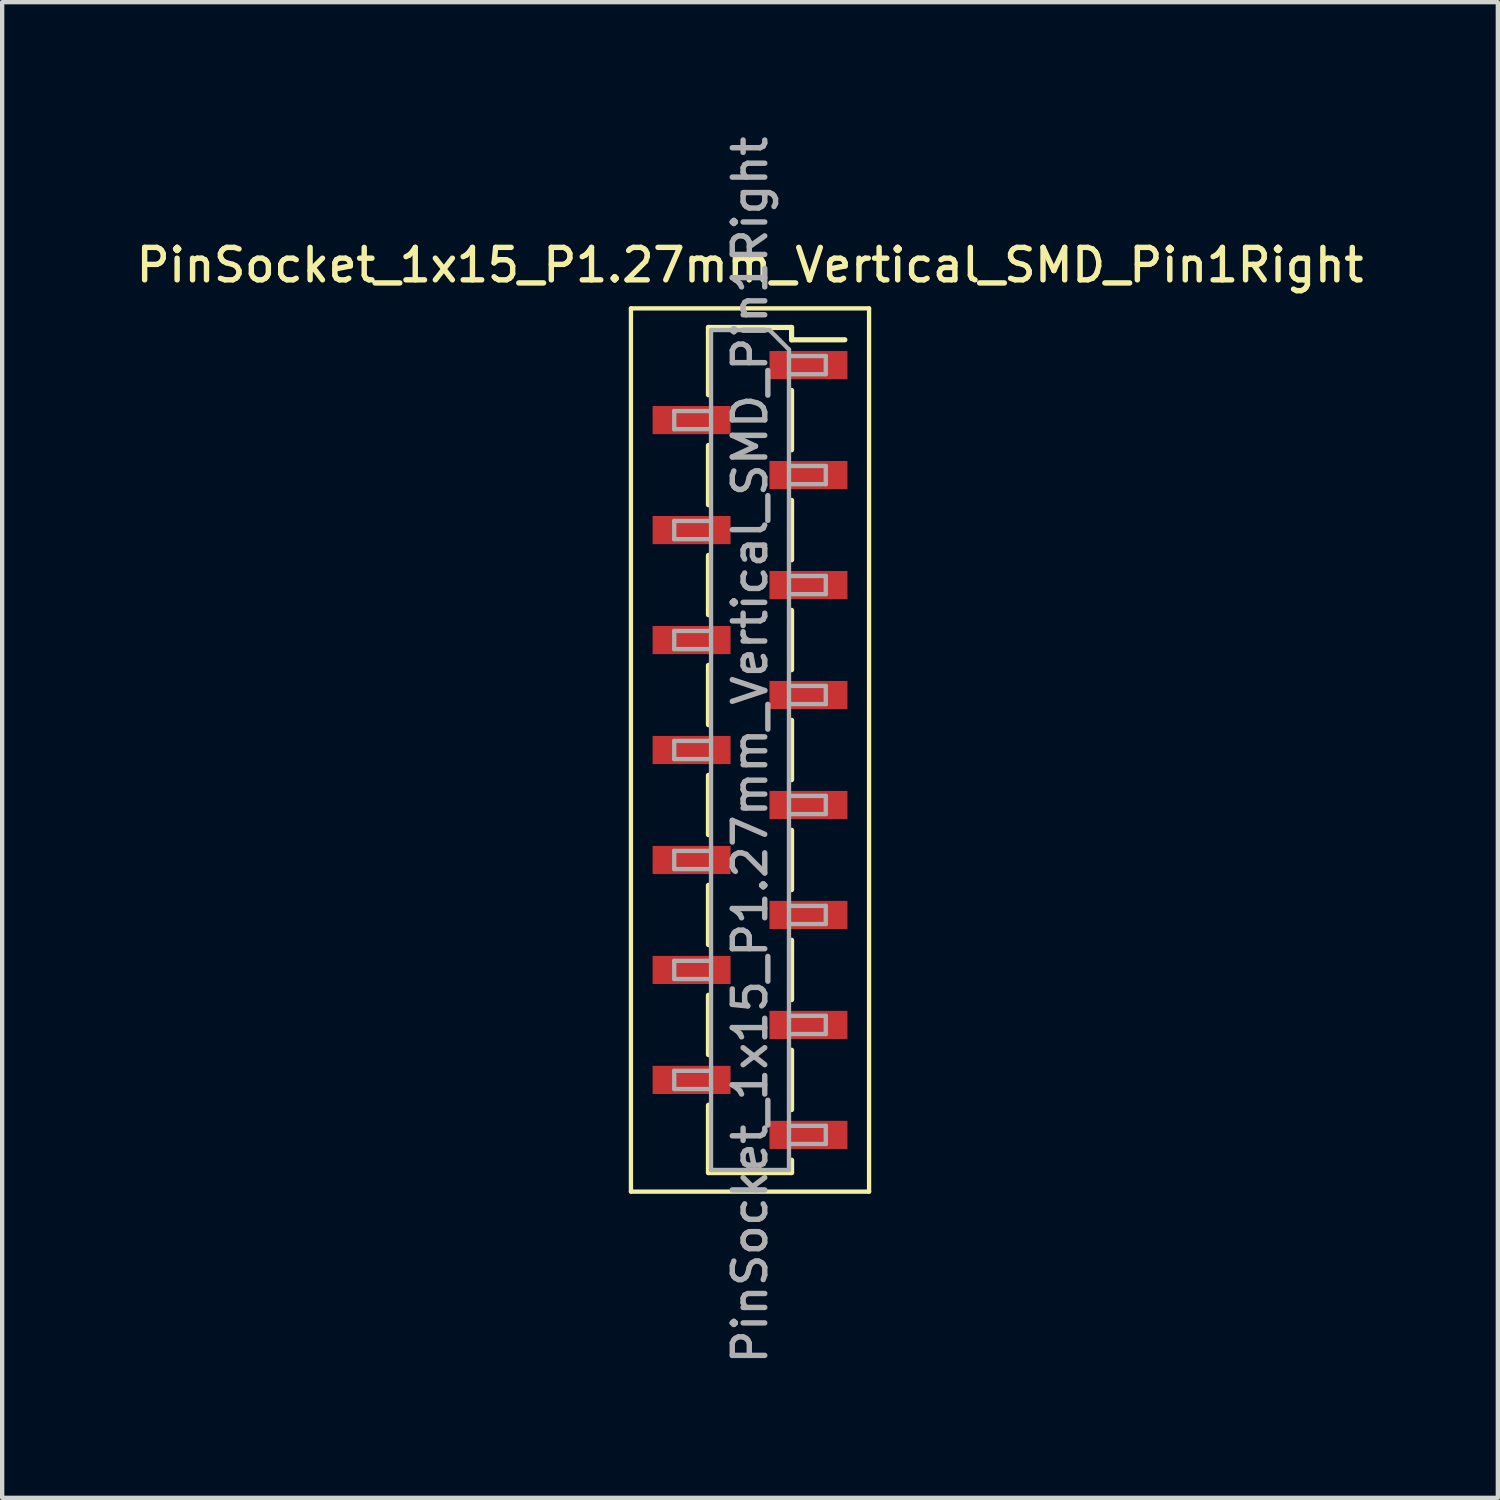
<source format=kicad_pcb>
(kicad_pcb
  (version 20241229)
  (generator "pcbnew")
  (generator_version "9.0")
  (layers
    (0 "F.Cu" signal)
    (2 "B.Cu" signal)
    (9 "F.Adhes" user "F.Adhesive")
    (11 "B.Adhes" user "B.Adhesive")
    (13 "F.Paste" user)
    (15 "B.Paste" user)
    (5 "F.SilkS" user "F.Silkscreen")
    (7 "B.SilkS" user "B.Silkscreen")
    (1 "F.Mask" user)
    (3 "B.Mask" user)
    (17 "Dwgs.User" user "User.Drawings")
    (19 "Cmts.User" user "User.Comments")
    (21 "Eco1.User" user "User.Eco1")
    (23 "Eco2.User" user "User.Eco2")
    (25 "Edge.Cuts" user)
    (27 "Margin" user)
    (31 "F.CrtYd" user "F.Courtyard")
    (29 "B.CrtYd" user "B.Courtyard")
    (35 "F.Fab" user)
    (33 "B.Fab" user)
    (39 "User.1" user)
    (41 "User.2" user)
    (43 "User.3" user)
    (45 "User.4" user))
  (footprint "PinSocket_1x15_P1.27mm_Vertical_SMD_Pin1Right"
    (layer "F.Cu")
    (at 14.273 14.273)
    (property "Reference" "PinSocket_1x15_P1.27mm_Vertical_SMD_Pin1Right" (at 0 -11.2 0) (layer "F.SilkS") (effects (font (size 0.75 0.75) (thickness 0.125))))
    (attr smd)
    (fp_line (start -2.75 -10.2) (end 2.75 -10.2) (stroke (width 0.1) (type solid)) (layer "F.SilkS"))
    (fp_line (start -2.75 10.2) (end -2.75 -10.2) (stroke (width 0.1) (type solid)) (layer "F.SilkS"))
    (fp_line (start -0.96 -9.76) (end -0.96 -8.205) (stroke (width 0.12) (type solid)) (layer "F.SilkS"))
    (fp_line (start -0.96 -9.76) (end 0.96 -9.76) (stroke (width 0.12) (type solid)) (layer "F.SilkS"))
    (fp_line (start -0.96 -7.035) (end -0.96 -5.665) (stroke (width 0.12) (type solid)) (layer "F.SilkS"))
    (fp_line (start -0.96 -4.495) (end -0.96 -3.125) (stroke (width 0.12) (type solid)) (layer "F.SilkS"))
    (fp_line (start -0.96 -1.955) (end -0.96 -0.585) (stroke (width 0.12) (type solid)) (layer "F.SilkS"))
    (fp_line (start -0.96 0.585) (end -0.96 1.955) (stroke (width 0.12) (type solid)) (layer "F.SilkS"))
    (fp_line (start -0.96 3.125) (end -0.96 4.495) (stroke (width 0.12) (type solid)) (layer "F.SilkS"))
    (fp_line (start -0.96 5.665) (end -0.96 7.035) (stroke (width 0.12) (type solid)) (layer "F.SilkS"))
    (fp_line (start -0.96 8.205) (end -0.96 9.76) (stroke (width 0.12) (type solid)) (layer "F.SilkS"))
    (fp_line (start -0.96 9.76) (end 0.96 9.76) (stroke (width 0.12) (type solid)) (layer "F.SilkS"))
    (fp_line (start 0.96 -9.76) (end 0.96 -9.475) (stroke (width 0.12) (type solid)) (layer "F.SilkS"))
    (fp_line (start 0.96 -9.475) (end 2.19 -9.475) (stroke (width 0.12) (type solid)) (layer "F.SilkS"))
    (fp_line (start 0.96 -8.305) (end 0.96 -6.935) (stroke (width 0.12) (type solid)) (layer "F.SilkS"))
    (fp_line (start 0.96 -5.765) (end 0.96 -4.395) (stroke (width 0.12) (type solid)) (layer "F.SilkS"))
    (fp_line (start 0.96 -3.225) (end 0.96 -1.855) (stroke (width 0.12) (type solid)) (layer "F.SilkS"))
    (fp_line (start 0.96 -0.685) (end 0.96 0.685) (stroke (width 0.12) (type solid)) (layer "F.SilkS"))
    (fp_line (start 0.96 1.855) (end 0.96 3.225) (stroke (width 0.12) (type solid)) (layer "F.SilkS"))
    (fp_line (start 0.96 4.395) (end 0.96 5.765) (stroke (width 0.12) (type solid)) (layer "F.SilkS"))
    (fp_line (start 0.96 6.935) (end 0.96 8.305) (stroke (width 0.12) (type solid)) (layer "F.SilkS"))
    (fp_line (start 0.96 9.475) (end 0.96 9.76) (stroke (width 0.12) (type solid)) (layer "F.SilkS"))
    (fp_line (start 2.75 -10.2) (end 2.75 10.2) (stroke (width 0.1) (type solid)) (layer "F.SilkS"))
    (fp_line (start 2.75 10.2) (end -2.75 10.2) (stroke (width 0.1) (type solid)) (layer "F.SilkS"))
    (fp_line (start -1.75 -7.83) (end -0.9 -7.83) (stroke (width 0.1) (type solid)) (layer "F.Fab"))
    (fp_line (start -1.75 -7.41) (end -1.75 -7.83) (stroke (width 0.1) (type solid)) (layer "F.Fab"))
    (fp_line (start -1.75 -5.29) (end -0.9 -5.29) (stroke (width 0.1) (type solid)) (layer "F.Fab"))
    (fp_line (start -1.75 -4.87) (end -1.75 -5.29) (stroke (width 0.1) (type solid)) (layer "F.Fab"))
    (fp_line (start -1.75 -2.75) (end -0.9 -2.75) (stroke (width 0.1) (type solid)) (layer "F.Fab"))
    (fp_line (start -1.75 -2.33) (end -1.75 -2.75) (stroke (width 0.1) (type solid)) (layer "F.Fab"))
    (fp_line (start -1.75 -0.21) (end -0.9 -0.21) (stroke (width 0.1) (type solid)) (layer "F.Fab"))
    (fp_line (start -1.75 0.21) (end -1.75 -0.21) (stroke (width 0.1) (type solid)) (layer "F.Fab"))
    (fp_line (start -1.75 2.33) (end -0.9 2.33) (stroke (width 0.1) (type solid)) (layer "F.Fab"))
    (fp_line (start -1.75 2.75) (end -1.75 2.33) (stroke (width 0.1) (type solid)) (layer "F.Fab"))
    (fp_line (start -1.75 4.87) (end -0.9 4.87) (stroke (width 0.1) (type solid)) (layer "F.Fab"))
    (fp_line (start -1.75 5.29) (end -1.75 4.87) (stroke (width 0.1) (type solid)) (layer "F.Fab"))
    (fp_line (start -1.75 7.41) (end -0.9 7.41) (stroke (width 0.1) (type solid)) (layer "F.Fab"))
    (fp_line (start -1.75 7.83) (end -1.75 7.41) (stroke (width 0.1) (type solid)) (layer "F.Fab"))
    (fp_line (start -0.9 -9.7) (end 0.45 -9.7) (stroke (width 0.1) (type solid)) (layer "F.Fab"))
    (fp_line (start -0.9 -7.41) (end -1.75 -7.41) (stroke (width 0.1) (type solid)) (layer "F.Fab"))
    (fp_line (start -0.9 -4.87) (end -1.75 -4.87) (stroke (width 0.1) (type solid)) (layer "F.Fab"))
    (fp_line (start -0.9 -2.33) (end -1.75 -2.33) (stroke (width 0.1) (type solid)) (layer "F.Fab"))
    (fp_line (start -0.9 0.21) (end -1.75 0.21) (stroke (width 0.1) (type solid)) (layer "F.Fab"))
    (fp_line (start -0.9 2.75) (end -1.75 2.75) (stroke (width 0.1) (type solid)) (layer "F.Fab"))
    (fp_line (start -0.9 5.29) (end -1.75 5.29) (stroke (width 0.1) (type solid)) (layer "F.Fab"))
    (fp_line (start -0.9 7.83) (end -1.75 7.83) (stroke (width 0.1) (type solid)) (layer "F.Fab"))
    (fp_line (start -0.9 9.7) (end -0.9 -9.7) (stroke (width 0.1) (type solid)) (layer "F.Fab"))
    (fp_line (start 0.45 -9.7) (end 0.9 -9.25) (stroke (width 0.1) (type solid)) (layer "F.Fab"))
    (fp_line (start 0.9 -9.25) (end 0.9 9.7) (stroke (width 0.1) (type solid)) (layer "F.Fab"))
    (fp_line (start 0.9 -9.1) (end 1.75 -9.1) (stroke (width 0.1) (type solid)) (layer "F.Fab"))
    (fp_line (start 0.9 -6.56) (end 1.75 -6.56) (stroke (width 0.1) (type solid)) (layer "F.Fab"))
    (fp_line (start 0.9 -4.02) (end 1.75 -4.02) (stroke (width 0.1) (type solid)) (layer "F.Fab"))
    (fp_line (start 0.9 -1.48) (end 1.75 -1.48) (stroke (width 0.1) (type solid)) (layer "F.Fab"))
    (fp_line (start 0.9 1.06) (end 1.75 1.06) (stroke (width 0.1) (type solid)) (layer "F.Fab"))
    (fp_line (start 0.9 3.6) (end 1.75 3.6) (stroke (width 0.1) (type solid)) (layer "F.Fab"))
    (fp_line (start 0.9 6.14) (end 1.75 6.14) (stroke (width 0.1) (type solid)) (layer "F.Fab"))
    (fp_line (start 0.9 8.68) (end 1.75 8.68) (stroke (width 0.1) (type solid)) (layer "F.Fab"))
    (fp_line (start 0.9 9.7) (end -0.9 9.7) (stroke (width 0.1) (type solid)) (layer "F.Fab"))
    (fp_line (start 1.75 -9.1) (end 1.75 -8.68) (stroke (width 0.1) (type solid)) (layer "F.Fab"))
    (fp_line (start 1.75 -8.68) (end 0.9 -8.68) (stroke (width 0.1) (type solid)) (layer "F.Fab"))
    (fp_line (start 1.75 -6.56) (end 1.75 -6.14) (stroke (width 0.1) (type solid)) (layer "F.Fab"))
    (fp_line (start 1.75 -6.14) (end 0.9 -6.14) (stroke (width 0.1) (type solid)) (layer "F.Fab"))
    (fp_line (start 1.75 -4.02) (end 1.75 -3.6) (stroke (width 0.1) (type solid)) (layer "F.Fab"))
    (fp_line (start 1.75 -3.6) (end 0.9 -3.6) (stroke (width 0.1) (type solid)) (layer "F.Fab"))
    (fp_line (start 1.75 -1.48) (end 1.75 -1.06) (stroke (width 0.1) (type solid)) (layer "F.Fab"))
    (fp_line (start 1.75 -1.06) (end 0.9 -1.06) (stroke (width 0.1) (type solid)) (layer "F.Fab"))
    (fp_line (start 1.75 1.06) (end 1.75 1.48) (stroke (width 0.1) (type solid)) (layer "F.Fab"))
    (fp_line (start 1.75 1.48) (end 0.9 1.48) (stroke (width 0.1) (type solid)) (layer "F.Fab"))
    (fp_line (start 1.75 3.6) (end 1.75 4.02) (stroke (width 0.1) (type solid)) (layer "F.Fab"))
    (fp_line (start 1.75 4.02) (end 0.9 4.02) (stroke (width 0.1) (type solid)) (layer "F.Fab"))
    (fp_line (start 1.75 6.14) (end 1.75 6.56) (stroke (width 0.1) (type solid)) (layer "F.Fab"))
    (fp_line (start 1.75 6.56) (end 0.9 6.56) (stroke (width 0.1) (type solid)) (layer "F.Fab"))
    (fp_line (start 1.75 8.68) (end 1.75 9.1) (stroke (width 0.1) (type solid)) (layer "F.Fab"))
    (fp_line (start 1.75 9.1) (end 0.9 9.1) (stroke (width 0.1) (type solid)) (layer "F.Fab"))
    (fp_text user "${REFERENCE}" (at 0 0 90) (layer "F.Fab") (effects (font (size 0.75 0.75) (thickness 0.125))))
    (pad "1" smd rect (at 1.35 -8.89) (size 1.8 0.65) (layers "F.Cu" "F.Mask" "F.Paste"))
    (pad "2" smd rect (at -1.35 -7.62) (size 1.8 0.65) (layers "F.Cu" "F.Mask" "F.Paste"))
    (pad "3" smd rect (at 1.35 -6.35) (size 1.8 0.65) (layers "F.Cu" "F.Mask" "F.Paste"))
    (pad "4" smd rect (at -1.35 -5.08) (size 1.8 0.65) (layers "F.Cu" "F.Mask" "F.Paste"))
    (pad "5" smd rect (at 1.35 -3.81) (size 1.8 0.65) (layers "F.Cu" "F.Mask" "F.Paste"))
    (pad "6" smd rect (at -1.35 -2.54) (size 1.8 0.65) (layers "F.Cu" "F.Mask" "F.Paste"))
    (pad "7" smd rect (at 1.35 -1.27) (size 1.8 0.65) (layers "F.Cu" "F.Mask" "F.Paste"))
    (pad "8" smd rect (at -1.35 0) (size 1.8 0.65) (layers "F.Cu" "F.Mask" "F.Paste"))
    (pad "9" smd rect (at 1.35 1.27) (size 1.8 0.65) (layers "F.Cu" "F.Mask" "F.Paste"))
    (pad "10" smd rect (at -1.35 2.54) (size 1.8 0.65) (layers "F.Cu" "F.Mask" "F.Paste"))
    (pad "11" smd rect (at 1.35 3.81) (size 1.8 0.65) (layers "F.Cu" "F.Mask" "F.Paste"))
    (pad "12" smd rect (at -1.35 5.08) (size 1.8 0.65) (layers "F.Cu" "F.Mask" "F.Paste"))
    (pad "13" smd rect (at 1.35 6.35) (size 1.8 0.65) (layers "F.Cu" "F.Mask" "F.Paste"))
    (pad "14" smd rect (at -1.35 7.62) (size 1.8 0.65) (layers "F.Cu" "F.Mask" "F.Paste"))
    (pad "15" smd rect (at 1.35 8.89) (size 1.8 0.65) (layers "F.Cu" "F.Mask" "F.Paste")))
  (gr_rect
    (start -3 -3)
    (end 31.546 31.546)
    (stroke (width 0.1) (type default))
    (fill no)
    (layer "Edge.Cuts")))
</source>
